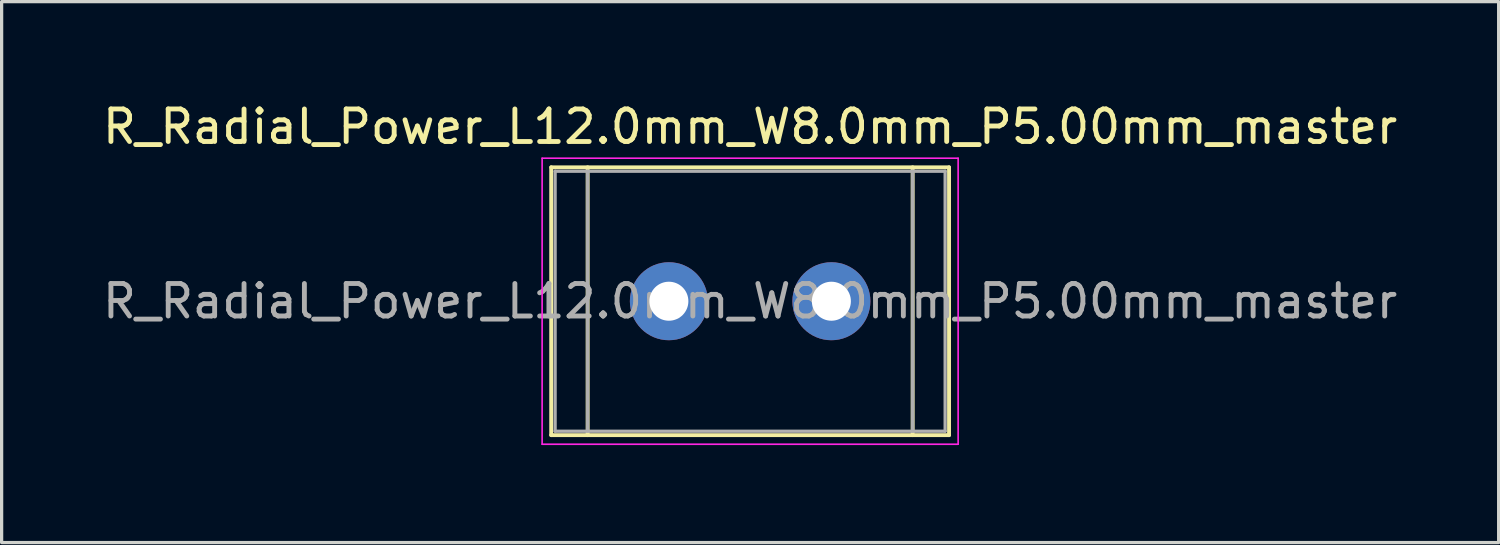
<source format=kicad_pcb>
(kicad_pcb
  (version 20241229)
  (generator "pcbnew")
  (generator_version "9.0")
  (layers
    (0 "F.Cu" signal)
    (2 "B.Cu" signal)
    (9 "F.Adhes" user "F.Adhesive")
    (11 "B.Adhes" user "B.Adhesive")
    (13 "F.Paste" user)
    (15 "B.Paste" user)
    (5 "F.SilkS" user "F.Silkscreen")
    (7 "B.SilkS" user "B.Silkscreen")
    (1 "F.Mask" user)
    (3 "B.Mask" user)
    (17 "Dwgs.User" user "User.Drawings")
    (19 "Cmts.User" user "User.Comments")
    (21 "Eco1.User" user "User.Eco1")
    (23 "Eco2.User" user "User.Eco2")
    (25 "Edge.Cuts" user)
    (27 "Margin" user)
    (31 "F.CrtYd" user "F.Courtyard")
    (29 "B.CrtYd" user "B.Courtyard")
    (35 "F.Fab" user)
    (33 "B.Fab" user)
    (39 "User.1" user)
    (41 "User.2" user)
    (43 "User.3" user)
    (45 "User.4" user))
  (footprint "R_Radial_Power_L12.0mm_W8.0mm_P5.00mm_master"
    (layer "F.Cu")
    (at 17.53 6.218)
    (property "Reference" "R_Radial_Power_L12.0mm_W8.0mm_P5.00mm_master" (at 2.5 -5.37 0) (layer "F.SilkS") (effects (font (size 1 1) (thickness 0.15))))
    (attr through_hole)
    (fp_line (start -3.62 -4.12) (end -3.62 4.12) (stroke (width 0.12) (type solid)) (layer "F.SilkS"))
    (fp_line (start -3.62 -4.12) (end 8.62 -4.12) (stroke (width 0.12) (type solid)) (layer "F.SilkS"))
    (fp_line (start -3.62 4.12) (end 8.62 4.12) (stroke (width 0.12) (type solid)) (layer "F.SilkS"))
    (fp_line (start -2.5 -4.12) (end -2.5 4.12) (stroke (width 0.12) (type solid)) (layer "F.SilkS"))
    (fp_line (start 7.5 -4.12) (end 7.5 4.12) (stroke (width 0.12) (type solid)) (layer "F.SilkS"))
    (fp_line (start 8.62 -4.12) (end 8.62 4.12) (stroke (width 0.12) (type solid)) (layer "F.SilkS"))
    (fp_line (start -3.9 -4.4) (end -3.9 4.4) (stroke (width 0.05) (type solid)) (layer "F.CrtYd"))
    (fp_line (start -3.9 4.4) (end 8.9 4.4) (stroke (width 0.05) (type solid)) (layer "F.CrtYd"))
    (fp_line (start 8.9 -4.4) (end -3.9 -4.4) (stroke (width 0.05) (type solid)) (layer "F.CrtYd"))
    (fp_line (start 8.9 4.4) (end 8.9 -4.4) (stroke (width 0.05) (type solid)) (layer "F.CrtYd"))
    (fp_line (start -3.5 -4) (end -3.5 4) (stroke (width 0.1) (type solid)) (layer "F.Fab"))
    (fp_line (start -3.5 4) (end 8.5 4) (stroke (width 0.1) (type solid)) (layer "F.Fab"))
    (fp_line (start -2.5 -4) (end -2.5 4) (stroke (width 0.1) (type solid)) (layer "F.Fab"))
    (fp_line (start 7.5 -4) (end 7.5 4) (stroke (width 0.1) (type solid)) (layer "F.Fab"))
    (fp_line (start 8.5 -4) (end -3.5 -4) (stroke (width 0.1) (type solid)) (layer "F.Fab"))
    (fp_line (start 8.5 4) (end 8.5 -4) (stroke (width 0.1) (type solid)) (layer "F.Fab"))
    (fp_text user "${REFERENCE}" (at 2.5 0 0) (layer "F.Fab") (effects (font (size 1 1) (thickness 0.15))))
    (pad "1" thru_hole circle (at 0 0) (size 2.4 2.4) (drill 1.2) (layers "*.Cu" "*.Mask"))
    (pad "2" thru_hole circle (at 5 0) (size 2.4 2.4) (drill 1.2) (layers "*.Cu" "*.Mask")))
  (gr_rect
    (start -3 -3)
    (end 43.06 13.643)
    (stroke (width 0.1) (type default))
    (fill no)
    (layer "Edge.Cuts")))
</source>
